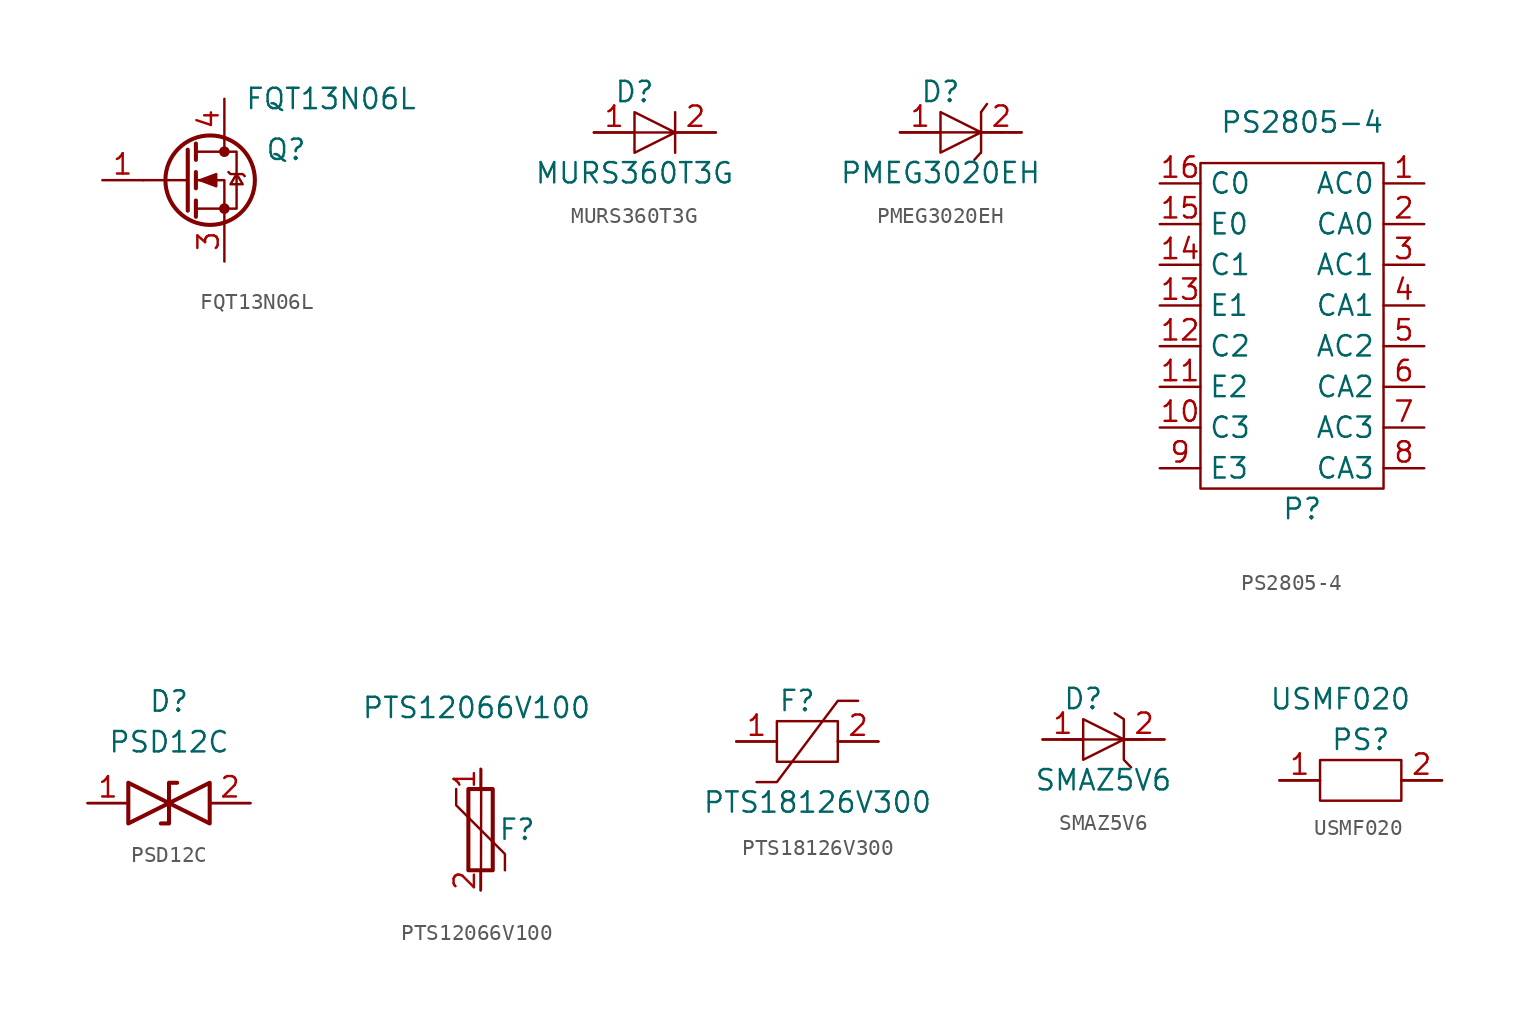
<source format=kicad_sym>
(kicad_symbol_lib
  (version 20211014)
  (generator kicad_symbol_editor)
  (symbol "FQT13N06L"
    (pin_names hide)
    (property "Reference" "Q"
      (at 5.08 1.905 0)
      (effects (font (size 1.27 1.27)) (justify left)))
    (property "Value" "FQT13N06L"
      (at 3.81 5.08 0)
      (effects (font (size 1.27 1.27)) (justify left)))
    (symbol "FQT13N06L_0_1"
      (polyline (pts (xy 0.254 0) (xy -2.54 0)) (stroke (width 0) (type default) (color 0 0 0 0)) (fill (type none)))
      (polyline (pts (xy 0.254 1.905) (xy 0.254 -1.905)) (stroke (width 0.254) (type default) (color 0 0 0 0)) (fill (type none)))
      (polyline (pts (xy 0.762 -1.27) (xy 0.762 -2.286)) (stroke (width 0.254) (type default) (color 0 0 0 0)) (fill (type none)))
      (polyline (pts (xy 0.762 0.508) (xy 0.762 -0.508)) (stroke (width 0.254) (type default) (color 0 0 0 0)) (fill (type none)))
      (polyline (pts (xy 0.762 2.286) (xy 0.762 1.27)) (stroke (width 0.254) (type default) (color 0 0 0 0)) (fill (type none)))
      (polyline (pts (xy 2.54 2.54) (xy 2.54 1.778)) (stroke (width 0) (type default) (color 0 0 0 0)) (fill (type none)))
      (polyline (pts (xy 2.54 -2.54) (xy 2.54 0) (xy 0.762 0)) (stroke (width 0) (type default) (color 0 0 0 0)) (fill (type none)))
      (polyline (pts (xy 0.762 -1.778) (xy 3.302 -1.778) (xy 3.302 1.778) (xy 0.762 1.778)) (stroke (width 0) (type default) (color 0 0 0 0)) (fill (type none)))
      (polyline (pts (xy 1.016 0) (xy 2.032 0.381) (xy 2.032 -0.381) (xy 1.016 0)) (stroke (width 0) (type default) (color 0 0 0 0)) (fill (type outline)))
      (polyline (pts (xy 2.794 0.508) (xy 2.921 0.381) (xy 3.683 0.381) (xy 3.81 0.254)) (stroke (width 0) (type default) (color 0 0 0 0)) (fill (type none)))
      (polyline (pts (xy 3.302 0.381) (xy 2.921 -0.254) (xy 3.683 -0.254) (xy 3.302 0.381)) (stroke (width 0) (type default) (color 0 0 0 0)) (fill (type none)))
      (circle (center 1.651 0) (radius 2.794) (stroke (width 0.254) (type default) (color 0 0 0 0)) (fill (type none)))
      (circle (center 2.54 -1.778) (radius 0.254) (stroke (width 0) (type default) (color 0 0 0 0)) (fill (type outline)))
      (circle (center 2.54 1.778) (radius 0.254) (stroke (width 0) (type default) (color 0 0 0 0)) (fill (type outline))))
    (symbol "FQT13N06L_1_1"
      (pin input line (at -5.08 0 0) (length 2.54) (name "G" (effects (font (size 1.27 1.27)))) (number "1" (effects (font (size 1.27 1.27)))))
      (pin free line (at -1.27 2.54 0) (length 2.54) hide (name "D" (effects (font (size 1.27 1.27)))) (number "2" (effects (font (size 1.27 1.27)))))
      (pin passive line (at 2.54 -5.08 90) (length 2.54) (name "S" (effects (font (size 1.27 1.27)))) (number "3" (effects (font (size 1.27 1.27)))))
      (pin passive line (at 2.54 5.08 270) (length 2.54) (name "D" (effects (font (size 1.27 1.27)))) (number "4" (effects (font (size 1.27 1.27)))))))
  (symbol "MURS360T3G"
    (property "Reference" "D"
      (at 0 -1.27 0)
      (effects (font (size 1.27 1.27))))
    (property "Value" "MURS360T3G"
      (at 0 -6.35 0)
      (effects (font (size 1.27 1.27))))
    (symbol "MURS360T3G_0_1"
      (polyline (pts (xy 2.54 -3.81) (xy 5.08 -3.81)) (stroke (width 0) (type default) (color 0 0 0 0)) (fill (type none)))
      (polyline (pts (xy 2.54 -2.54) (xy 2.54 -5.08)) (stroke (width 0) (type default) (color 0 0 0 0)) (fill (type none)))
      (polyline (pts (xy -2.54 -3.81) (xy 2.54 -3.81) (xy 0 -2.54) (xy 0 -5.08) (xy 2.54 -3.81)) (stroke (width 0) (type default) (color 0 0 0 0)) (fill (type none))))
    (symbol "MURS360T3G_1_1"
      (pin input line (at -2.54 -3.81 0) (length 2.54) (name "" (effects (font (size 1.27 1.27)))) (number "1" (effects (font (size 1.27 1.27)))))
      (pin output line (at 5.08 -3.81 180) (length 2.54) (name "" (effects (font (size 1.27 1.27)))) (number "2" (effects (font (size 1.27 1.27)))))))
  (symbol "PMEG3020EH"
    (property "Reference" "D"
      (at 0 0 0)
      (effects (font (size 1.27 1.27))))
    (property "Value" "PMEG3020EH"
      (at 0 -5.08 0)
      (effects (font (size 1.27 1.27))))
    (symbol "PMEG3020EH_0_1"
      (polyline (pts (xy -1.27 -2.54) (xy -2.54 -2.54)) (stroke (width 0) (type default) (color 0 0 0 0)) (fill (type none)))
      (polyline (pts (xy 2.522 -3.811) (xy 2.12 -4.26)) (stroke (width 0) (type default) (color 0 0 0 0)) (fill (type none)))
      (polyline (pts (xy 3.81 -2.54) (xy 5.08 -2.54)) (stroke (width 0) (type default) (color 0 0 0 0)) (fill (type none)))
      (polyline (pts (xy 2.54 -1.27) (xy 2.912 -0.762) (xy 2.54 -1.27)) (stroke (width 0) (type default) (color 0 0 0 0)) (fill (type none)))
      (polyline (pts (xy -1.27 -2.54) (xy 3.81 -2.54) (xy 2.54 -2.54) (xy 0 -1.27) (xy 0 -3.81) (xy 2.54 -2.54) (xy 2.54 -1.27) (xy 2.54 -3.81)) (stroke (width 0) (type default) (color 0 0 0 0)) (fill (type none))))
    (symbol "PMEG3020EH_1_1"
      (pin input line (at -2.54 -2.54 0) (length 2.54) (name "" (effects (font (size 1.27 1.27)))) (number "1" (effects (font (size 1.27 1.27)))))
      (pin output line (at 5.08 -2.54 180) (length 2.54) (name "" (effects (font (size 1.27 1.27)))) (number "2" (effects (font (size 1.27 1.27)))))))
  (symbol "PS2805-4"
    (property "Reference" "P"
      (at 0 -22.86 0)
      (effects (font (size 1.27 1.27))))
    (property "Value" "PS2805-4"
      (at 0 1.27 0)
      (effects (font (size 1.27 1.27))))
    (symbol "PS2805-4_0_1"
      (rectangle (start -6.35 -1.27) (end 5.08 -21.59) (stroke (width 0) (type default) (color 0 0 0 0)) (fill (type none))))
    (symbol "PS2805-4_1_1"
      (pin bidirectional line (at 7.62 -2.54 180) (length 2.54) (name "AC0" (effects (font (size 1.27 1.27)))) (number "1" (effects (font (size 1.27 1.27)))))
      (pin input line (at -8.89 -17.78 0) (length 2.54) (name "C3" (effects (font (size 1.27 1.27)))) (number "10" (effects (font (size 1.27 1.27)))))
      (pin output line (at -8.89 -15.24 0) (length 2.54) (name "E2" (effects (font (size 1.27 1.27)))) (number "11" (effects (font (size 1.27 1.27)))))
      (pin input line (at -8.89 -12.7 0) (length 2.54) (name "C2" (effects (font (size 1.27 1.27)))) (number "12" (effects (font (size 1.27 1.27)))))
      (pin output line (at -8.89 -10.16 0) (length 2.54) (name "E1" (effects (font (size 1.27 1.27)))) (number "13" (effects (font (size 1.27 1.27)))))
      (pin input line (at -8.89 -7.62 0) (length 2.54) (name "C1" (effects (font (size 1.27 1.27)))) (number "14" (effects (font (size 1.27 1.27)))))
      (pin output line (at -8.89 -5.08 0) (length 2.54) (name "E0" (effects (font (size 1.27 1.27)))) (number "15" (effects (font (size 1.27 1.27)))))
      (pin input line (at -8.89 -2.54 0) (length 2.54) (name "C0" (effects (font (size 1.27 1.27)))) (number "16" (effects (font (size 1.27 1.27)))))
      (pin bidirectional line (at 7.62 -5.08 180) (length 2.54) (name "CA0" (effects (font (size 1.27 1.27)))) (number "2" (effects (font (size 1.27 1.27)))))
      (pin bidirectional line (at 7.62 -7.62 180) (length 2.54) (name "AC1" (effects (font (size 1.27 1.27)))) (number "3" (effects (font (size 1.27 1.27)))))
      (pin bidirectional line (at 7.62 -10.16 180) (length 2.54) (name "CA1" (effects (font (size 1.27 1.27)))) (number "4" (effects (font (size 1.27 1.27)))))
      (pin bidirectional line (at 7.62 -12.7 180) (length 2.54) (name "AC2" (effects (font (size 1.27 1.27)))) (number "5" (effects (font (size 1.27 1.27)))))
      (pin bidirectional line (at 7.62 -15.24 180) (length 2.54) (name "CA2" (effects (font (size 1.27 1.27)))) (number "6" (effects (font (size 1.27 1.27)))))
      (pin bidirectional line (at 7.62 -17.78 180) (length 2.54) (name "AC3" (effects (font (size 1.27 1.27)))) (number "7" (effects (font (size 1.27 1.27)))))
      (pin bidirectional line (at 7.62 -20.32 180) (length 2.54) (name "CA3" (effects (font (size 1.27 1.27)))) (number "8" (effects (font (size 1.27 1.27)))))
      (pin output line (at -8.89 -20.32 0) (length 2.54) (name "E3" (effects (font (size 1.27 1.27)))) (number "9" (effects (font (size 1.27 1.27)))))))
  (symbol "PSD12C"
    (property "Reference" "D"
      (at 0 2.54 0)
      (effects (font (size 1.27 1.27))))
    (property "Value" "PSD12C"
      (at 0 0 0)
      (effects (font (size 1.27 1.27))))
    (symbol "PSD12C_0_1"
      (polyline (pts (xy -2.54 -3.81) (xy -5.08 -3.81)) (stroke (width 0) (type default) (color 0 0 0 0)) (fill (type none)))
      (polyline (pts (xy 2.54 -3.81) (xy 5.08 -3.81)) (stroke (width 0) (type default) (color 0 0 0 0)) (fill (type none)))
      (polyline (pts (xy 0.508 -2.54) (xy 0 -2.54) (xy 0 -5.08) (xy -0.508 -5.08)) (stroke (width 0.254) (type default) (color 0 0 0 0)) (fill (type none)))
      (polyline (pts (xy -2.54 -2.54) (xy -2.54 -5.08) (xy 2.54 -2.54) (xy 2.54 -5.08) (xy -2.54 -2.54)) (stroke (width 0.254) (type default) (color 0 0 0 0)) (fill (type none))))
    (symbol "PSD12C_1_1"
      (pin bidirectional line (at -5.08 -3.81 0) (length 2.54) (name "" (effects (font (size 1.27 1.27)))) (number "1" (effects (font (size 1.27 1.27)))))
      (pin bidirectional line (at 5.08 -3.81 180) (length 2.54) (name "" (effects (font (size 1.27 1.27)))) (number "2" (effects (font (size 1.27 1.27)))))))
  (symbol "PTS12066V100"
    (property "Reference" "F"
      (at 2.54 -5.08 0)
      (effects (font (size 1.27 1.27))))
    (property "Value" "PTS12066V100"
      (at 0 2.54 0)
      (effects (font (size 1.27 1.27))))
    (symbol "PTS12066V100_0_1"
      (rectangle (start -0.508 -2.54) (end 1.016 -7.62) (stroke (width 0.254) (type default) (color 0 0 0 0)) (fill (type none)))
      (polyline (pts (xy 0.295 -1.306) (xy 0.278 -8.837)) (stroke (width 0) (type default) (color 0 0 0 0)) (fill (type none)))
      (polyline (pts (xy -1.27 -2.54) (xy -1.27 -3.556) (xy 1.778 -6.604) (xy 1.778 -7.62)) (stroke (width 0) (type default) (color 0 0 0 0)) (fill (type none))))
    (symbol "PTS12066V100_1_1"
      (pin passive line (at 0.254 -1.27 270) (length 1.27) (name "~" (effects (font (size 1.27 1.27)))) (number "1" (effects (font (size 1.27 1.27)))))
      (pin passive line (at 0.254 -8.89 90) (length 1.27) (name "~" (effects (font (size 1.27 1.27)))) (number "2" (effects (font (size 1.27 1.27)))))))
  (symbol "PTS18126V300"
    (property "Reference" "F"
      (at 0 0 0)
      (effects (font (size 1.27 1.27))))
    (property "Value" "PTS18126V300"
      (at 1.27 -6.35 0)
      (effects (font (size 1.27 1.27))))
    (symbol "PTS18126V300_0_1"
      (rectangle (start -1.27 -3.81) (end 2.54 -1.27) (stroke (width 0) (type default) (color 0 0 0 0)) (fill (type none)))
      (polyline (pts (xy -1.27 -2.54) (xy -3.81 -2.54)) (stroke (width 0) (type default) (color 0 0 0 0)) (fill (type none)))
      (polyline (pts (xy 2.54 -2.54) (xy 5.08 -2.54)) (stroke (width 0) (type default) (color 0 0 0 0)) (fill (type none)))
      (polyline (pts (xy 3.81 0) (xy 2.54 0) (xy -1.27 -5.08) (xy -2.54 -5.08)) (stroke (width 0) (type default) (color 0 0 0 0)) (fill (type none))))
    (symbol "PTS18126V300_1_1"
      (pin bidirectional line (at -3.81 -2.54 0) (length 2.54) (name "" (effects (font (size 1.27 1.27)))) (number "1" (effects (font (size 1.27 1.27)))))
      (pin bidirectional line (at 5.08 -2.54 180) (length 2.54) (name "" (effects (font (size 1.27 1.27)))) (number "2" (effects (font (size 1.27 1.27)))))))
  (symbol "SMAZ5V6"
    (property "Reference" "D"
      (at -1.27 1.27 0)
      (effects (font (size 1.27 1.27))))
    (property "Value" "SMAZ5V6"
      (at 0 -3.81 0)
      (effects (font (size 1.27 1.27))))
    (symbol "SMAZ5V6_0_1"
      (polyline (pts (xy -1.27 -1.27) (xy -3.81 -1.27)) (stroke (width 0) (type default) (color 0 0 0 0)) (fill (type none)))
      (polyline (pts (xy 1.27 -1.27) (xy 3.81 -1.27)) (stroke (width 0) (type default) (color 0 0 0 0)) (fill (type none)))
      (polyline (pts (xy -2.54 -1.27) (xy 2.54 -1.27) (xy 1.27 -1.27) (xy -1.27 0) (xy -1.27 -2.54) (xy 1.27 -1.27) (xy 1.27 0) (xy 1.27 -2.54) (xy 1.726 -3.015) (xy 1.27 -2.54) (xy 1.27 0) (xy 0.698 0.369)) (stroke (width 0) (type default) (color 0 0 0 0)) (fill (type none))))
    (symbol "SMAZ5V6_1_1"
      (pin input line (at -3.81 -1.27 0) (length 2.54) (name "" (effects (font (size 1.27 1.27)))) (number "1" (effects (font (size 1.27 1.27)))))
      (pin output line (at 3.81 -1.27 180) (length 2.54) (name "" (effects (font (size 1.27 1.27)))) (number "2" (effects (font (size 1.27 1.27)))))))
  (symbol "USMF020"
    (property "Reference" "PS"
      (at 1.27 -1.27 0)
      (effects (font (size 1.27 1.27))))
    (property "Value" "USMF020"
      (at 0 1.27 0)
      (effects (font (size 1.27 1.27))))
    (symbol "USMF020_0_1"
      (rectangle (start -1.27 -2.54) (end 3.81 -5.08) (stroke (width 0) (type default) (color 0 0 0 0)) (fill (type none)))
      (polyline (pts (xy -1.27 -3.81) (xy -3.81 -3.81)) (stroke (width 0) (type default) (color 0 0 0 0)) (fill (type none)))
      (polyline (pts (xy 3.81 -3.81) (xy 6.35 -3.81)) (stroke (width 0) (type default) (color 0 0 0 0)) (fill (type none))))
    (symbol "USMF020_1_1"
      (pin bidirectional line (at -3.81 -3.81 0) (length 2.54) (name "" (effects (font (size 1.27 1.27)))) (number "1" (effects (font (size 1.27 1.27)))))
      (pin bidirectional line (at 6.35 -3.81 180) (length 2.54) (name "" (effects (font (size 1.27 1.27)))) (number "2" (effects (font (size 1.27 1.27))))))))
</source>
